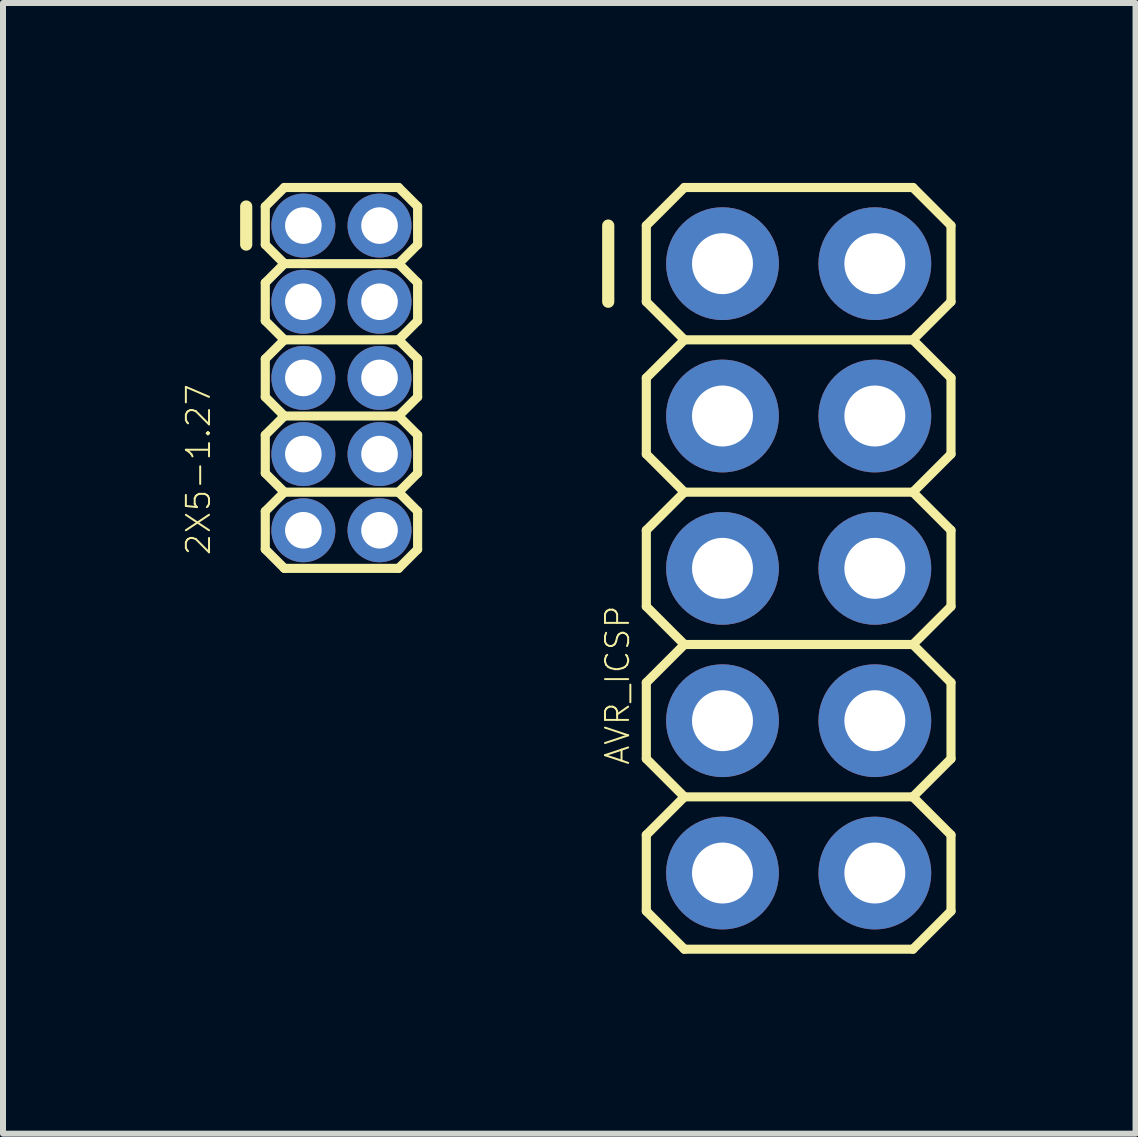
<source format=kicad_pcb>
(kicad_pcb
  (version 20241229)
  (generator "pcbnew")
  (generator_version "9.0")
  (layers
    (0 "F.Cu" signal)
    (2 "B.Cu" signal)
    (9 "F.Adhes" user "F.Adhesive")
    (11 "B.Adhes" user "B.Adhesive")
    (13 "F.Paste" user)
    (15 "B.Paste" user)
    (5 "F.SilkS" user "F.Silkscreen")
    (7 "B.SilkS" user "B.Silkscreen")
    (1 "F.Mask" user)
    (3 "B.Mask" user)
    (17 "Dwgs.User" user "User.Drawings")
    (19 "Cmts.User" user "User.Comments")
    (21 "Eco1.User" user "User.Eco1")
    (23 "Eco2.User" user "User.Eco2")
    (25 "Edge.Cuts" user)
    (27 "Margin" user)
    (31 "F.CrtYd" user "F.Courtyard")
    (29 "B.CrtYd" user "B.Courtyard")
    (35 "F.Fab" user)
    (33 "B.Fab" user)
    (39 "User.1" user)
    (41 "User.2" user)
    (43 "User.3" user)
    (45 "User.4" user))
  (footprint "AVR_ICSP"
    (layer "F.Cu")
    (at 10.266 6.426)
    (property "Reference" "AVR_ICSP" (at -2.794 3.302 90) (layer "F.SilkS") (effects (font (size 0.386 0.386) (thickness 0.033)) (justify left bottom)))
    (attr through_hole)
    (fp_line (start -3.175 -5.715) (end -3.175 -4.445) (stroke (width 0.203) (type solid)) (layer "F.SilkS"))
    (fp_line (start -2.54 -5.715) (end -2.54 -4.445) (stroke (width 0.152) (type solid)) (layer "F.SilkS"))
    (fp_line (start -2.54 -4.445) (end -1.905 -3.81) (stroke (width 0.152) (type solid)) (layer "F.SilkS"))
    (fp_line (start -2.54 -3.175) (end -2.54 -1.905) (stroke (width 0.152) (type solid)) (layer "F.SilkS"))
    (fp_line (start -2.54 -1.905) (end -1.905 -1.27) (stroke (width 0.152) (type solid)) (layer "F.SilkS"))
    (fp_line (start -2.54 -0.635) (end -2.54 0.635) (stroke (width 0.152) (type solid)) (layer "F.SilkS"))
    (fp_line (start -2.54 0.635) (end -1.905 1.27) (stroke (width 0.152) (type solid)) (layer "F.SilkS"))
    (fp_line (start -2.54 1.905) (end -2.54 3.175) (stroke (width 0.152) (type solid)) (layer "F.SilkS"))
    (fp_line (start -2.54 3.175) (end -1.905 3.81) (stroke (width 0.152) (type solid)) (layer "F.SilkS"))
    (fp_line (start -2.54 4.445) (end -2.54 5.715) (stroke (width 0.152) (type solid)) (layer "F.SilkS"))
    (fp_line (start -2.54 5.715) (end -1.905 6.35) (stroke (width 0.152) (type solid)) (layer "F.SilkS"))
    (fp_line (start -1.905 -6.35) (end -2.54 -5.715) (stroke (width 0.152) (type solid)) (layer "F.SilkS"))
    (fp_line (start -1.905 -6.35) (end 1.905 -6.35) (stroke (width 0.152) (type solid)) (layer "F.SilkS"))
    (fp_line (start -1.905 -3.81) (end -2.54 -3.175) (stroke (width 0.152) (type solid)) (layer "F.SilkS"))
    (fp_line (start -1.905 -1.27) (end -2.54 -0.635) (stroke (width 0.152) (type solid)) (layer "F.SilkS"))
    (fp_line (start -1.905 1.27) (end -2.54 1.905) (stroke (width 0.152) (type solid)) (layer "F.SilkS"))
    (fp_line (start -1.905 3.81) (end -2.54 4.445) (stroke (width 0.152) (type solid)) (layer "F.SilkS"))
    (fp_line (start 1.905 -6.35) (end 2.54 -5.715) (stroke (width 0.152) (type solid)) (layer "F.SilkS"))
    (fp_line (start 1.905 -3.81) (end -1.905 -3.81) (stroke (width 0.152) (type solid)) (layer "F.SilkS"))
    (fp_line (start 1.905 -3.81) (end 2.54 -3.175) (stroke (width 0.152) (type solid)) (layer "F.SilkS"))
    (fp_line (start 1.905 -1.27) (end -1.905 -1.27) (stroke (width 0.152) (type solid)) (layer "F.SilkS"))
    (fp_line (start 1.905 -1.27) (end 2.54 -0.635) (stroke (width 0.152) (type solid)) (layer "F.SilkS"))
    (fp_line (start 1.905 1.27) (end -1.905 1.27) (stroke (width 0.152) (type solid)) (layer "F.SilkS"))
    (fp_line (start 1.905 1.27) (end 2.54 1.905) (stroke (width 0.152) (type solid)) (layer "F.SilkS"))
    (fp_line (start 1.905 3.81) (end -1.905 3.81) (stroke (width 0.152) (type solid)) (layer "F.SilkS"))
    (fp_line (start 1.905 3.81) (end 2.54 4.445) (stroke (width 0.152) (type solid)) (layer "F.SilkS"))
    (fp_line (start 1.905 6.35) (end -1.905 6.35) (stroke (width 0.152) (type solid)) (layer "F.SilkS"))
    (fp_line (start 2.54 -5.715) (end 2.54 -4.445) (stroke (width 0.152) (type solid)) (layer "F.SilkS"))
    (fp_line (start 2.54 -4.445) (end 1.905 -3.81) (stroke (width 0.152) (type solid)) (layer "F.SilkS"))
    (fp_line (start 2.54 -3.175) (end 2.54 -1.905) (stroke (width 0.152) (type solid)) (layer "F.SilkS"))
    (fp_line (start 2.54 -1.905) (end 1.905 -1.27) (stroke (width 0.152) (type solid)) (layer "F.SilkS"))
    (fp_line (start 2.54 -0.635) (end 2.54 0.635) (stroke (width 0.152) (type solid)) (layer "F.SilkS"))
    (fp_line (start 2.54 0.635) (end 1.905 1.27) (stroke (width 0.152) (type solid)) (layer "F.SilkS"))
    (fp_line (start 2.54 1.905) (end 2.54 3.175) (stroke (width 0.152) (type solid)) (layer "F.SilkS"))
    (fp_line (start 2.54 3.175) (end 1.905 3.81) (stroke (width 0.152) (type solid)) (layer "F.SilkS"))
    (fp_line (start 2.54 4.445) (end 2.54 5.715) (stroke (width 0.152) (type solid)) (layer "F.SilkS"))
    (fp_line (start 2.54 5.715) (end 1.905 6.35) (stroke (width 0.152) (type solid)) (layer "F.SilkS"))
    (fp_poly (pts (xy -1.524 0.254) (xy -1.016 0.254) (xy -1.016 -0.254) (xy -1.524 -0.254)) (stroke (width 0) (type solid)) (fill yes) (layer "F.SilkS"))
    (fp_poly (pts (xy -1.524 -4.826) (xy -1.016 -4.826) (xy -1.016 -5.334) (xy -1.524 -5.334)) (stroke (width 0.1) (type solid)) (fill no) (layer "F.Fab"))
    (fp_poly (pts (xy -1.524 -2.286) (xy -1.016 -2.286) (xy -1.016 -2.794) (xy -1.524 -2.794)) (stroke (width 0.1) (type solid)) (fill no) (layer "F.Fab"))
    (fp_poly (pts (xy -1.524 2.794) (xy -1.016 2.794) (xy -1.016 2.286) (xy -1.524 2.286)) (stroke (width 0.1) (type solid)) (fill no) (layer "F.Fab"))
    (fp_poly (pts (xy -1.524 5.334) (xy -1.016 5.334) (xy -1.016 4.826) (xy -1.524 4.826)) (stroke (width 0.1) (type solid)) (fill no) (layer "F.Fab"))
    (fp_poly (pts (xy 1.016 -4.826) (xy 1.524 -4.826) (xy 1.524 -5.334) (xy 1.016 -5.334)) (stroke (width 0.1) (type solid)) (fill no) (layer "F.Fab"))
    (fp_poly (pts (xy 1.016 -2.286) (xy 1.524 -2.286) (xy 1.524 -2.794) (xy 1.016 -2.794)) (stroke (width 0.1) (type solid)) (fill no) (layer "F.Fab"))
    (fp_poly (pts (xy 1.016 0.254) (xy 1.524 0.254) (xy 1.524 -0.254) (xy 1.016 -0.254)) (stroke (width 0.1) (type solid)) (fill no) (layer "F.Fab"))
    (fp_poly (pts (xy 1.016 2.794) (xy 1.524 2.794) (xy 1.524 2.286) (xy 1.016 2.286)) (stroke (width 0.1) (type solid)) (fill no) (layer "F.Fab"))
    (fp_poly (pts (xy 1.016 5.334) (xy 1.524 5.334) (xy 1.524 4.826) (xy 1.016 4.826)) (stroke (width 0.1) (type solid)) (fill no) (layer "F.Fab"))
    (pad "1" thru_hole circle (at -1.27 -5.08 270) (size 1.88 1.88) (drill 1.016) (layers "*.Cu" "*.Mask"))
    (pad "2" thru_hole circle (at 1.27 -5.08 270) (size 1.88 1.88) (drill 1.016) (layers "*.Cu" "*.Mask"))
    (pad "3" thru_hole circle (at -1.27 -2.54 270) (size 1.88 1.88) (drill 1.016) (layers "*.Cu" "*.Mask"))
    (pad "4" thru_hole circle (at 1.27 -2.54 270) (size 1.88 1.88) (drill 1.016) (layers "*.Cu" "*.Mask"))
    (pad "5" thru_hole circle (at -1.27 0 270) (size 1.88 1.88) (drill 1.016) (layers "*.Cu" "*.Mask"))
    (pad "6" thru_hole circle (at 1.27 0 270) (size 1.88 1.88) (drill 1.016) (layers "*.Cu" "*.Mask"))
    (pad "7" thru_hole circle (at -1.27 2.54 270) (size 1.88 1.88) (drill 1.016) (layers "*.Cu" "*.Mask"))
    (pad "8" thru_hole circle (at 1.27 2.54 270) (size 1.88 1.88) (drill 1.016) (layers "*.Cu" "*.Mask"))
    (pad "9" thru_hole circle (at -1.27 5.08 270) (size 1.88 1.88) (drill 1.016) (layers "*.Cu" "*.Mask"))
    (pad "10" thru_hole circle (at 1.27 5.08 270) (size 1.88 1.88) (drill 1.016) (layers "*.Cu" "*.Mask")))
  (footprint "2X5-1.27"
    (layer "F.Cu")
    (at 3.278 4.521)
    (property "Reference" "2X5-1.27" (at -2.794 1.714 90) (layer "F.SilkS") (effects (font (size 0.386 0.386) (thickness 0.033)) (justify left bottom)))
    (attr through_hole)
    (fp_line (start -2.223 -4.128) (end -2.223 -3.493) (stroke (width 0.203) (type solid)) (layer "F.SilkS"))
    (fp_line (start -1.905 -4.128) (end -1.905 -3.493) (stroke (width 0.152) (type solid)) (layer "F.SilkS"))
    (fp_line (start -1.905 -3.493) (end -1.587 -3.175) (stroke (width 0.152) (type solid)) (layer "F.SilkS"))
    (fp_line (start -1.905 -2.857) (end -1.905 -2.223) (stroke (width 0.152) (type solid)) (layer "F.SilkS"))
    (fp_line (start -1.905 -2.223) (end -1.587 -1.905) (stroke (width 0.152) (type solid)) (layer "F.SilkS"))
    (fp_line (start -1.905 -1.587) (end -1.905 -0.953) (stroke (width 0.152) (type solid)) (layer "F.SilkS"))
    (fp_line (start -1.905 -0.953) (end -1.587 -0.635) (stroke (width 0.152) (type solid)) (layer "F.SilkS"))
    (fp_line (start -1.905 -0.318) (end -1.905 0.318) (stroke (width 0.152) (type solid)) (layer "F.SilkS"))
    (fp_line (start -1.905 0.318) (end -1.587 0.635) (stroke (width 0.152) (type solid)) (layer "F.SilkS"))
    (fp_line (start -1.905 0.953) (end -1.905 1.587) (stroke (width 0.152) (type solid)) (layer "F.SilkS"))
    (fp_line (start -1.905 1.587) (end -1.587 1.905) (stroke (width 0.152) (type solid)) (layer "F.SilkS"))
    (fp_line (start -1.587 -4.445) (end -1.905 -4.128) (stroke (width 0.152) (type solid)) (layer "F.SilkS"))
    (fp_line (start -1.587 -4.445) (end 0.318 -4.445) (stroke (width 0.152) (type solid)) (layer "F.SilkS"))
    (fp_line (start -1.587 -3.175) (end -1.905 -2.857) (stroke (width 0.152) (type solid)) (layer "F.SilkS"))
    (fp_line (start -1.587 -1.905) (end -1.905 -1.587) (stroke (width 0.152) (type solid)) (layer "F.SilkS"))
    (fp_line (start -1.587 -0.635) (end -1.905 -0.318) (stroke (width 0.152) (type solid)) (layer "F.SilkS"))
    (fp_line (start -1.587 0.635) (end -1.905 0.953) (stroke (width 0.152) (type solid)) (layer "F.SilkS"))
    (fp_line (start 0.318 -4.445) (end 0.635 -4.128) (stroke (width 0.152) (type solid)) (layer "F.SilkS"))
    (fp_line (start 0.318 -3.175) (end -1.587 -3.175) (stroke (width 0.152) (type solid)) (layer "F.SilkS"))
    (fp_line (start 0.318 -3.175) (end 0.635 -2.857) (stroke (width 0.152) (type solid)) (layer "F.SilkS"))
    (fp_line (start 0.318 -1.905) (end -1.587 -1.905) (stroke (width 0.152) (type solid)) (layer "F.SilkS"))
    (fp_line (start 0.318 -1.905) (end 0.635 -1.587) (stroke (width 0.152) (type solid)) (layer "F.SilkS"))
    (fp_line (start 0.318 -0.635) (end -1.587 -0.635) (stroke (width 0.152) (type solid)) (layer "F.SilkS"))
    (fp_line (start 0.318 -0.635) (end 0.635 -0.318) (stroke (width 0.152) (type solid)) (layer "F.SilkS"))
    (fp_line (start 0.318 0.635) (end -1.587 0.635) (stroke (width 0.152) (type solid)) (layer "F.SilkS"))
    (fp_line (start 0.318 0.635) (end 0.635 0.953) (stroke (width 0.152) (type solid)) (layer "F.SilkS"))
    (fp_line (start 0.318 1.905) (end -1.587 1.905) (stroke (width 0.152) (type solid)) (layer "F.SilkS"))
    (fp_line (start 0.635 -4.128) (end 0.635 -3.493) (stroke (width 0.152) (type solid)) (layer "F.SilkS"))
    (fp_line (start 0.635 -3.493) (end 0.318 -3.175) (stroke (width 0.152) (type solid)) (layer "F.SilkS"))
    (fp_line (start 0.635 -2.857) (end 0.635 -2.223) (stroke (width 0.152) (type solid)) (layer "F.SilkS"))
    (fp_line (start 0.635 -2.223) (end 0.318 -1.905) (stroke (width 0.152) (type solid)) (layer "F.SilkS"))
    (fp_line (start 0.635 -1.587) (end 0.635 -0.953) (stroke (width 0.152) (type solid)) (layer "F.SilkS"))
    (fp_line (start 0.635 -0.953) (end 0.318 -0.635) (stroke (width 0.152) (type solid)) (layer "F.SilkS"))
    (fp_line (start 0.635 -0.318) (end 0.635 0.318) (stroke (width 0.152) (type solid)) (layer "F.SilkS"))
    (fp_line (start 0.635 0.318) (end 0.318 0.635) (stroke (width 0.152) (type solid)) (layer "F.SilkS"))
    (fp_line (start 0.635 0.953) (end 0.635 1.587) (stroke (width 0.152) (type solid)) (layer "F.SilkS"))
    (fp_line (start 0.635 1.587) (end 0.318 1.905) (stroke (width 0.152) (type solid)) (layer "F.SilkS"))
    (fp_poly (pts (xy -1.397 -3.683) (xy -1.143 -3.683) (xy -1.143 -3.937) (xy -1.397 -3.937)) (stroke (width 0.1) (type solid)) (fill no) (layer "F.Fab"))
    (fp_poly (pts (xy -1.397 -2.413) (xy -1.143 -2.413) (xy -1.143 -2.667) (xy -1.397 -2.667)) (stroke (width 0.1) (type solid)) (fill no) (layer "F.Fab"))
    (fp_poly (pts (xy -1.397 -1.143) (xy -1.143 -1.143) (xy -1.143 -1.397) (xy -1.397 -1.397)) (stroke (width 0.1) (type solid)) (fill no) (layer "F.Fab"))
    (fp_poly (pts (xy -1.397 0.127) (xy -1.143 0.127) (xy -1.143 -0.127) (xy -1.397 -0.127)) (stroke (width 0.1) (type solid)) (fill no) (layer "F.Fab"))
    (fp_poly (pts (xy -1.397 1.397) (xy -1.143 1.397) (xy -1.143 1.143) (xy -1.397 1.143)) (stroke (width 0.1) (type solid)) (fill no) (layer "F.Fab"))
    (fp_poly (pts (xy -0.127 -3.683) (xy 0.127 -3.683) (xy 0.127 -3.937) (xy -0.127 -3.937)) (stroke (width 0.1) (type solid)) (fill no) (layer "F.Fab"))
    (fp_poly (pts (xy -0.127 -2.413) (xy 0.127 -2.413) (xy 0.127 -2.667) (xy -0.127 -2.667)) (stroke (width 0.1) (type solid)) (fill no) (layer "F.Fab"))
    (fp_poly (pts (xy -0.127 -1.143) (xy 0.127 -1.143) (xy 0.127 -1.397) (xy -0.127 -1.397)) (stroke (width 0.1) (type solid)) (fill no) (layer "F.Fab"))
    (fp_poly (pts (xy -0.127 0.127) (xy 0.127 0.127) (xy 0.127 -0.127) (xy -0.127 -0.127)) (stroke (width 0.1) (type solid)) (fill no) (layer "F.Fab"))
    (fp_poly (pts (xy -0.127 1.397) (xy 0.127 1.397) (xy 0.127 1.143) (xy -0.127 1.143)) (stroke (width 0.1) (type solid)) (fill no) (layer "F.Fab"))
    (pad "1" thru_hole circle (at -1.27 -3.81 270) (size 1.067 1.067) (drill 0.61) (layers "*.Cu" "*.Mask"))
    (pad "2" thru_hole circle (at 0 -3.81 270) (size 1.067 1.067) (drill 0.61) (layers "*.Cu" "*.Mask"))
    (pad "3" thru_hole circle (at -1.27 -2.54 270) (size 1.067 1.067) (drill 0.61) (layers "*.Cu" "*.Mask"))
    (pad "4" thru_hole circle (at 0 -2.54 270) (size 1.067 1.067) (drill 0.61) (layers "*.Cu" "*.Mask"))
    (pad "5" thru_hole circle (at -1.27 -1.27 270) (size 1.067 1.067) (drill 0.61) (layers "*.Cu" "*.Mask"))
    (pad "6" thru_hole circle (at 0 -1.27 270) (size 1.067 1.067) (drill 0.61) (layers "*.Cu" "*.Mask"))
    (pad "7" thru_hole circle (at -1.27 0 270) (size 1.067 1.067) (drill 0.61) (layers "*.Cu" "*.Mask"))
    (pad "8" thru_hole circle (at 0 0 270) (size 1.067 1.067) (drill 0.61) (layers "*.Cu" "*.Mask"))
    (pad "9" thru_hole circle (at -1.27 1.27 270) (size 1.067 1.067) (drill 0.61) (layers "*.Cu" "*.Mask"))
    (pad "10" thru_hole circle (at 0 1.27 270) (size 1.067 1.067) (drill 0.61) (layers "*.Cu" "*.Mask")))
  (gr_rect
    (start -3 -3)
    (end 15.883 15.852)
    (stroke (width 0.1) (type default))
    (fill no)
    (layer "Edge.Cuts")))
</source>
